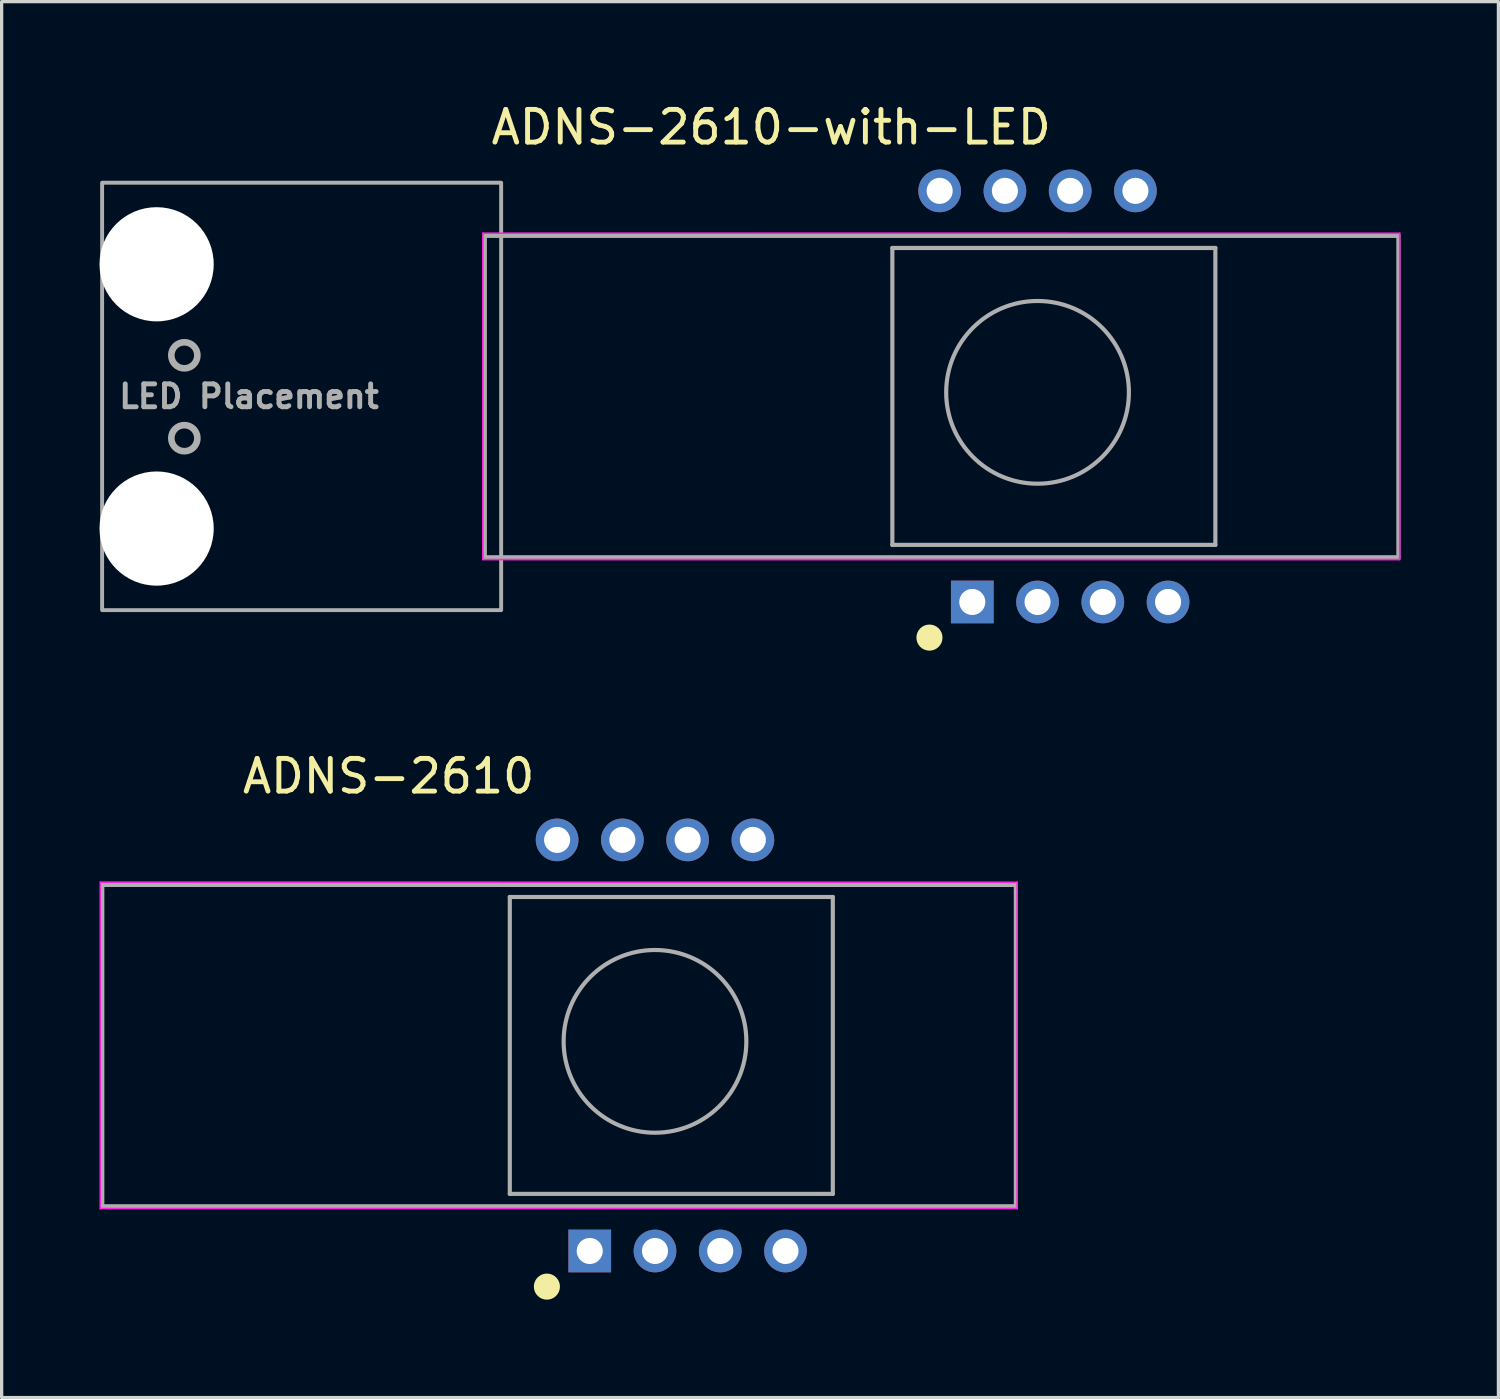
<source format=kicad_pcb>
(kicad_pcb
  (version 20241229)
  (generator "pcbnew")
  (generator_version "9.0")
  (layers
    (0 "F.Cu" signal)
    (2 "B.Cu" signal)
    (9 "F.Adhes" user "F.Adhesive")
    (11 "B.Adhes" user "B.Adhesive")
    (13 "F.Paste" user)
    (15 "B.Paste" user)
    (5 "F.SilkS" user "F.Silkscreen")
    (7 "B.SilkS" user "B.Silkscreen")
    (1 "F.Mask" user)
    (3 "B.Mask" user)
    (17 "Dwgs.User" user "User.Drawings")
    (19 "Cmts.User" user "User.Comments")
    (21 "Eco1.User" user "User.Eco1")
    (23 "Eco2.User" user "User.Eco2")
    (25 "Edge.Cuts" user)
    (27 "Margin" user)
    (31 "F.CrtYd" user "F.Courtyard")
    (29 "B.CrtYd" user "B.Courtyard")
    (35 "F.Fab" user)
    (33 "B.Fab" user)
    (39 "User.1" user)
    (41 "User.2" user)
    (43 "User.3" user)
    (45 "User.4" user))
  (footprint "ADNS-2610"
    (layer "F.Cu")
    (at 15.025 35.292)
    (property "Reference" "ADNS-2610" (at -6.163 -14.551 0) (layer "F.SilkS") (effects (font (size 1.002 1.002) (thickness 0.15))))
    (attr through_hole)
    (fp_circle (center -1.313 1.092) (end -1.113 1.092) (stroke (width 0.4) (type solid)) (fill no) (layer "F.SilkS"))
    (fp_line (start -15 -11.303) (end 13.1 -11.3) (stroke (width 0.05) (type solid)) (layer "F.CrtYd"))
    (fp_line (start -15 -1.3) (end -15 -11.303) (stroke (width 0.05) (type solid)) (layer "F.CrtYd"))
    (fp_line (start 13.1 -11.3) (end 13.1 -1.3) (stroke (width 0.05) (type solid)) (layer "F.CrtYd"))
    (fp_line (start 13.1 -1.3) (end -15 -1.3) (stroke (width 0.05) (type solid)) (layer "F.CrtYd"))
    (fp_line (start -14.94 -11.22) (end -14.94 -1.37) (stroke (width 0.127) (type solid)) (layer "F.Fab"))
    (fp_line (start -2.45 -10.85) (end -2.45 -1.75) (stroke (width 0.127) (type solid)) (layer "F.Fab"))
    (fp_line (start -2.45 -1.75) (end 7.45 -1.75) (stroke (width 0.127) (type solid)) (layer "F.Fab"))
    (fp_line (start 7.45 -10.85) (end -2.45 -10.85) (stroke (width 0.127) (type solid)) (layer "F.Fab"))
    (fp_line (start 7.45 -1.75) (end 7.45 -10.85) (stroke (width 0.127) (type solid)) (layer "F.Fab"))
    (fp_line (start 13.06 -11.22) (end -14.94 -11.22) (stroke (width 0.127) (type solid)) (layer "F.Fab"))
    (fp_line (start 13.06 -11.22) (end 13.06 -1.37) (stroke (width 0.127) (type solid)) (layer "F.Fab"))
    (fp_line (start 13.06 -1.37) (end -14.94 -1.37) (stroke (width 0.127) (type solid)) (layer "F.Fab"))
    (fp_circle (center 2 -6.425) (end 4.8 -6.425) (stroke (width 0.127) (type solid)) (fill no) (layer "F.Fab"))
    (pad "1" thru_hole rect (at 0 0) (size 1.308 1.308) (drill 0.8) (layers "*.Cu" "*.Mask"))
    (pad "2" thru_hole circle (at 2 0) (size 1.308 1.308) (drill 0.8) (layers "*.Cu" "*.Mask"))
    (pad "3" thru_hole circle (at 4 0) (size 1.308 1.308) (drill 0.8) (layers "*.Cu" "*.Mask"))
    (pad "4" thru_hole circle (at 6 0) (size 1.308 1.308) (drill 0.8) (layers "*.Cu" "*.Mask"))
    (pad "5" thru_hole circle (at 5 -12.6) (size 1.308 1.308) (drill 0.8) (layers "*.Cu" "*.Mask"))
    (pad "6" thru_hole circle (at 3 -12.6) (size 1.308 1.308) (drill 0.8) (layers "*.Cu" "*.Mask"))
    (pad "7" thru_hole circle (at 1 -12.6) (size 1.308 1.308) (drill 0.8) (layers "*.Cu" "*.Mask"))
    (pad "8" thru_hole circle (at -1 -12.6) (size 1.308 1.308) (drill 0.8) (layers "*.Cu" "*.Mask")))
  (footprint "ADNS-2610-with-LED"
    (layer "F.Cu")
    (at 26.75 15.4)
    (property "Reference" "ADNS-2610-with-LED" (at -6.163 -14.551 0) (layer "F.SilkS") (effects (font (size 1.002 1.002) (thickness 0.15))))
    (attr through_hole)
    (fp_circle (center -1.313 1.092) (end -1.113 1.092) (stroke (width 0.4) (type solid)) (fill no) (layer "F.SilkS"))
    (fp_line (start -15 -11.303) (end 13.1 -11.3) (stroke (width 0.05) (type solid)) (layer "F.CrtYd"))
    (fp_line (start -15 -1.3) (end -15 -11.303) (stroke (width 0.05) (type solid)) (layer "F.CrtYd"))
    (fp_line (start 13.1 -11.3) (end 13.1 -1.3) (stroke (width 0.05) (type solid)) (layer "F.CrtYd"))
    (fp_line (start 13.1 -1.3) (end -15 -1.3) (stroke (width 0.05) (type solid)) (layer "F.CrtYd"))
    (fp_line (start -14.94 -11.22) (end -14.94 -1.37) (stroke (width 0.127) (type solid)) (layer "F.Fab"))
    (fp_line (start -2.45 -10.85) (end -2.45 -1.75) (stroke (width 0.127) (type solid)) (layer "F.Fab"))
    (fp_line (start -2.45 -1.75) (end 7.45 -1.75) (stroke (width 0.127) (type solid)) (layer "F.Fab"))
    (fp_line (start 7.45 -10.85) (end -2.45 -10.85) (stroke (width 0.127) (type solid)) (layer "F.Fab"))
    (fp_line (start 7.45 -1.75) (end 7.45 -10.85) (stroke (width 0.127) (type solid)) (layer "F.Fab"))
    (fp_line (start 13.06 -11.22) (end -14.94 -11.22) (stroke (width 0.127) (type solid)) (layer "F.Fab"))
    (fp_line (start 13.06 -11.22) (end 13.06 -1.37) (stroke (width 0.127) (type solid)) (layer "F.Fab"))
    (fp_line (start 13.06 -1.37) (end -14.94 -1.37) (stroke (width 0.127) (type solid)) (layer "F.Fab"))
    (fp_rect (start -14.44 -12.85) (end -26.67 0.25) (stroke (width 0.12) (type solid)) (fill no) (layer "F.Fab"))
    (fp_circle (center -24.15 -7.56) (end -23.75 -7.56) (stroke (width 0.203) (type solid)) (fill no) (layer "F.Fab"))
    (fp_circle (center -24.15 -5.02) (end -23.75 -5.02) (stroke (width 0.203) (type solid)) (fill no) (layer "F.Fab"))
    (fp_circle (center 2 -6.425) (end 4.8 -6.425) (stroke (width 0.127) (type solid)) (fill no) (layer "F.Fab"))
    (fp_text user "LED Placement " (at -21.9 -6.3 0) (layer "F.Fab") (effects (font (size 0.702 0.702) (thickness 0.15))))
    (pad "" np_thru_hole circle (at -25 -10.35) (size 3.5 3.5) (drill 3.5) (layers "*.Cu" "*.Mask"))
    (pad "" np_thru_hole circle (at -25 -2.25) (size 3.5 3.5) (drill 3.5) (layers "*.Cu" "*.Mask"))
    (pad "1" thru_hole rect (at 0 0) (size 1.308 1.308) (drill 0.8) (layers "*.Cu" "*.Mask"))
    (pad "2" thru_hole circle (at 2 0) (size 1.308 1.308) (drill 0.8) (layers "*.Cu" "*.Mask"))
    (pad "3" thru_hole circle (at 4 0) (size 1.308 1.308) (drill 0.8) (layers "*.Cu" "*.Mask"))
    (pad "4" thru_hole circle (at 6 0) (size 1.308 1.308) (drill 0.8) (layers "*.Cu" "*.Mask"))
    (pad "5" thru_hole circle (at 5 -12.6) (size 1.308 1.308) (drill 0.8) (layers "*.Cu" "*.Mask"))
    (pad "6" thru_hole circle (at 3 -12.6) (size 1.308 1.308) (drill 0.8) (layers "*.Cu" "*.Mask"))
    (pad "7" thru_hole circle (at 1 -12.6) (size 1.308 1.308) (drill 0.8) (layers "*.Cu" "*.Mask"))
    (pad "8" thru_hole circle (at -1 -12.6) (size 1.308 1.308) (drill 0.8) (layers "*.Cu" "*.Mask")))
  (gr_rect
    (start -3 -3)
    (end 42.875 39.784)
    (stroke (width 0.1) (type default))
    (fill no)
    (layer "Edge.Cuts")))
</source>
